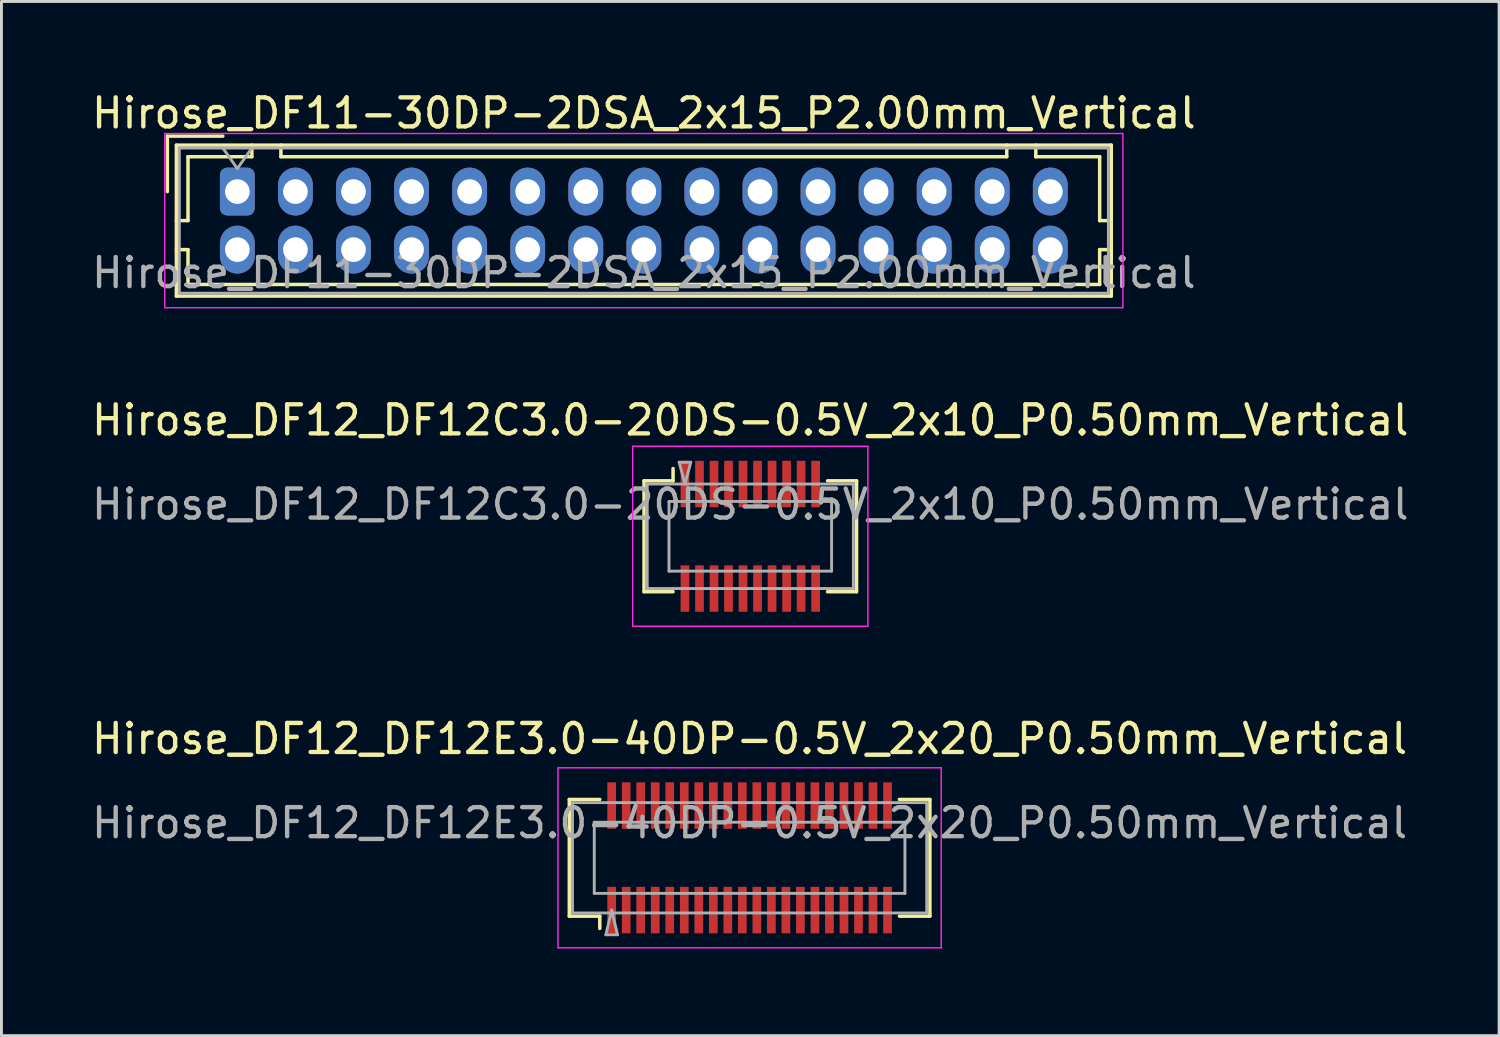
<source format=kicad_pcb>
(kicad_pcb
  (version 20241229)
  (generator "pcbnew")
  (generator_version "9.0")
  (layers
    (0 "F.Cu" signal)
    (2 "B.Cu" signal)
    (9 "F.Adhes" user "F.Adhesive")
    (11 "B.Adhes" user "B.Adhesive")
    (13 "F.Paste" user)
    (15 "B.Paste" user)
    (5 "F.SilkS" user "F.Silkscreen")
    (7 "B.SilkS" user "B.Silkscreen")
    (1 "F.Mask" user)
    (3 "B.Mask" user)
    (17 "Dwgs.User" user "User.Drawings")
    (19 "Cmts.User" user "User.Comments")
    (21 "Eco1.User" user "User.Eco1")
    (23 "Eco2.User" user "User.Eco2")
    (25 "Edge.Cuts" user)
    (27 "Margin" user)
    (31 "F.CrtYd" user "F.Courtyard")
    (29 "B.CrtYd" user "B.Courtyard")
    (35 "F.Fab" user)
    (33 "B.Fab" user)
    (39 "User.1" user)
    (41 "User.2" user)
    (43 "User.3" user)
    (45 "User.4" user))
  (footprint "Hirose_DF12_DF12E3.0-40DP-0.5V_2x20_P0.50mm_Vertical"
    (layer "F.Cu")
    (at 22.768 26.495)
    (property "Reference" "Hirose_DF12_DF12E3.0-40DP-0.5V_2x20_P0.50mm_Vertical" (at 0 -4.1 0) (layer "F.SilkS") (effects (font (size 1 1) (thickness 0.15))))
    (attr smd)
    (fp_line (start -6.21 -2.01) (end -5.16 -2.01) (stroke (width 0.12) (type solid)) (layer "F.SilkS"))
    (fp_line (start -6.21 2.01) (end -6.21 -2.01) (stroke (width 0.12) (type solid)) (layer "F.SilkS"))
    (fp_line (start -5.16 2.01) (end -6.21 2.01) (stroke (width 0.12) (type solid)) (layer "F.SilkS"))
    (fp_line (start -5.16 2.433) (end -5.16 2.01) (stroke (width 0.12) (type solid)) (layer "F.SilkS"))
    (fp_line (start 5.16 2.01) (end 6.21 2.01) (stroke (width 0.12) (type solid)) (layer "F.SilkS"))
    (fp_line (start 6.21 -2.01) (end 5.16 -2.01) (stroke (width 0.12) (type solid)) (layer "F.SilkS"))
    (fp_line (start 6.21 2.01) (end 6.21 -2.01) (stroke (width 0.12) (type solid)) (layer "F.SilkS"))
    (fp_line (start -6.6 -3.1) (end -6.6 3.1) (stroke (width 0.05) (type solid)) (layer "F.CrtYd"))
    (fp_line (start -6.6 3.1) (end 6.6 3.1) (stroke (width 0.05) (type solid)) (layer "F.CrtYd"))
    (fp_line (start 6.6 -3.1) (end -6.6 -3.1) (stroke (width 0.05) (type solid)) (layer "F.CrtYd"))
    (fp_line (start 6.6 3.1) (end 6.6 -3.1) (stroke (width 0.05) (type solid)) (layer "F.CrtYd"))
    (fp_line (start -6.1 -1.9) (end 6.1 -1.9) (stroke (width 0.1) (type solid)) (layer "F.Fab"))
    (fp_line (start -6.1 1.9) (end -6.1 -1.9) (stroke (width 0.1) (type solid)) (layer "F.Fab"))
    (fp_line (start -5.35 -1.225) (end 5.35 -1.225) (stroke (width 0.1) (type solid)) (layer "F.Fab"))
    (fp_line (start -5.35 1.225) (end -5.35 -1.225) (stroke (width 0.1) (type solid)) (layer "F.Fab"))
    (fp_line (start -4.95 2.65) (end -4.75 1.8) (stroke (width 0.1) (type solid)) (layer "F.Fab"))
    (fp_line (start -4.75 1.8) (end -4.55 2.65) (stroke (width 0.1) (type solid)) (layer "F.Fab"))
    (fp_line (start -4.55 2.65) (end -4.95 2.65) (stroke (width 0.1) (type solid)) (layer "F.Fab"))
    (fp_line (start 5.35 -1.225) (end 5.35 1.225) (stroke (width 0.1) (type solid)) (layer "F.Fab"))
    (fp_line (start 5.35 1.225) (end -5.35 1.225) (stroke (width 0.1) (type solid)) (layer "F.Fab"))
    (fp_line (start 6.1 -1.9) (end 6.1 1.9) (stroke (width 0.1) (type solid)) (layer "F.Fab"))
    (fp_line (start 6.1 1.9) (end -6.1 1.9) (stroke (width 0.1) (type solid)) (layer "F.Fab"))
    (fp_text user "${REFERENCE}" (at 0 -1.2 0) (layer "F.Fab") (effects (font (size 1 1) (thickness 0.15))))
    (pad "" smd rect (at -4.75 -2) (size 0.28 1.2) (layers "F.Paste"))
    (pad "" smd rect (at -4.75 2) (size 0.28 1.2) (layers "F.Paste"))
    (pad "" smd rect (at -4.25 -2) (size 0.28 1.2) (layers "F.Paste"))
    (pad "" smd rect (at -4.25 2) (size 0.28 1.2) (layers "F.Paste"))
    (pad "" smd rect (at -3.75 -2) (size 0.28 1.2) (layers "F.Paste"))
    (pad "" smd rect (at -3.75 2) (size 0.28 1.2) (layers "F.Paste"))
    (pad "" smd rect (at -3.25 -2) (size 0.28 1.2) (layers "F.Paste"))
    (pad "" smd rect (at -3.25 2) (size 0.28 1.2) (layers "F.Paste"))
    (pad "" smd rect (at -2.75 -2) (size 0.28 1.2) (layers "F.Paste"))
    (pad "" smd rect (at -2.75 2) (size 0.28 1.2) (layers "F.Paste"))
    (pad "" smd rect (at -2.25 -2) (size 0.28 1.2) (layers "F.Paste"))
    (pad "" smd rect (at -2.25 2) (size 0.28 1.2) (layers "F.Paste"))
    (pad "" smd rect (at -1.75 -2) (size 0.28 1.2) (layers "F.Paste"))
    (pad "" smd rect (at -1.75 2) (size 0.28 1.2) (layers "F.Paste"))
    (pad "" smd rect (at -1.25 -2) (size 0.28 1.2) (layers "F.Paste"))
    (pad "" smd rect (at -1.25 2) (size 0.28 1.2) (layers "F.Paste"))
    (pad "" smd rect (at -0.75 -2) (size 0.28 1.2) (layers "F.Paste"))
    (pad "" smd rect (at -0.75 2) (size 0.28 1.2) (layers "F.Paste"))
    (pad "" smd rect (at -0.25 -2) (size 0.28 1.2) (layers "F.Paste"))
    (pad "" smd rect (at -0.25 2) (size 0.28 1.2) (layers "F.Paste"))
    (pad "" smd rect (at 0.25 -2) (size 0.28 1.2) (layers "F.Paste"))
    (pad "" smd rect (at 0.25 2) (size 0.28 1.2) (layers "F.Paste"))
    (pad "" smd rect (at 0.75 -2) (size 0.28 1.2) (layers "F.Paste"))
    (pad "" smd rect (at 0.75 2) (size 0.28 1.2) (layers "F.Paste"))
    (pad "" smd rect (at 1.25 -2) (size 0.28 1.2) (layers "F.Paste"))
    (pad "" smd rect (at 1.25 2) (size 0.28 1.2) (layers "F.Paste"))
    (pad "" smd rect (at 1.75 -2) (size 0.28 1.2) (layers "F.Paste"))
    (pad "" smd rect (at 1.75 2) (size 0.28 1.2) (layers "F.Paste"))
    (pad "" smd rect (at 2.25 -2) (size 0.28 1.2) (layers "F.Paste"))
    (pad "" smd rect (at 2.25 2) (size 0.28 1.2) (layers "F.Paste"))
    (pad "" smd rect (at 2.75 -2) (size 0.28 1.2) (layers "F.Paste"))
    (pad "" smd rect (at 2.75 2) (size 0.28 1.2) (layers "F.Paste"))
    (pad "" smd rect (at 3.25 -2) (size 0.28 1.2) (layers "F.Paste"))
    (pad "" smd rect (at 3.25 2) (size 0.28 1.2) (layers "F.Paste"))
    (pad "" smd rect (at 3.75 -2) (size 0.28 1.2) (layers "F.Paste"))
    (pad "" smd rect (at 3.75 2) (size 0.28 1.2) (layers "F.Paste"))
    (pad "" smd rect (at 4.25 -2) (size 0.28 1.2) (layers "F.Paste"))
    (pad "" smd rect (at 4.25 2) (size 0.28 1.2) (layers "F.Paste"))
    (pad "" smd rect (at 4.75 -2) (size 0.28 1.2) (layers "F.Paste"))
    (pad "" smd rect (at 4.75 2) (size 0.28 1.2) (layers "F.Paste"))
    (pad "1" smd rect (at -4.75 1.8) (size 0.3 1.6) (layers "F.Cu" "F.Mask"))
    (pad "2" smd rect (at -4.25 1.8) (size 0.3 1.6) (layers "F.Cu" "F.Mask"))
    (pad "3" smd rect (at -3.75 1.8) (size 0.3 1.6) (layers "F.Cu" "F.Mask"))
    (pad "4" smd rect (at -3.25 1.8) (size 0.3 1.6) (layers "F.Cu" "F.Mask"))
    (pad "5" smd rect (at -2.75 1.8) (size 0.3 1.6) (layers "F.Cu" "F.Mask"))
    (pad "6" smd rect (at -2.25 1.8) (size 0.3 1.6) (layers "F.Cu" "F.Mask"))
    (pad "7" smd rect (at -1.75 1.8) (size 0.3 1.6) (layers "F.Cu" "F.Mask"))
    (pad "8" smd rect (at -1.25 1.8) (size 0.3 1.6) (layers "F.Cu" "F.Mask"))
    (pad "9" smd rect (at -0.75 1.8) (size 0.3 1.6) (layers "F.Cu" "F.Mask"))
    (pad "10" smd rect (at -0.25 1.8) (size 0.3 1.6) (layers "F.Cu" "F.Mask"))
    (pad "11" smd rect (at 0.25 1.8) (size 0.3 1.6) (layers "F.Cu" "F.Mask"))
    (pad "12" smd rect (at 0.75 1.8) (size 0.3 1.6) (layers "F.Cu" "F.Mask"))
    (pad "13" smd rect (at 1.25 1.8) (size 0.3 1.6) (layers "F.Cu" "F.Mask"))
    (pad "14" smd rect (at 1.75 1.8) (size 0.3 1.6) (layers "F.Cu" "F.Mask"))
    (pad "15" smd rect (at 2.25 1.8) (size 0.3 1.6) (layers "F.Cu" "F.Mask"))
    (pad "16" smd rect (at 2.75 1.8) (size 0.3 1.6) (layers "F.Cu" "F.Mask"))
    (pad "17" smd rect (at 3.25 1.8) (size 0.3 1.6) (layers "F.Cu" "F.Mask"))
    (pad "18" smd rect (at 3.75 1.8) (size 0.3 1.6) (layers "F.Cu" "F.Mask"))
    (pad "19" smd rect (at 4.25 1.8) (size 0.3 1.6) (layers "F.Cu" "F.Mask"))
    (pad "20" smd rect (at 4.75 1.8) (size 0.3 1.6) (layers "F.Cu" "F.Mask"))
    (pad "21" smd rect (at -4.75 -1.8) (size 0.3 1.6) (layers "F.Cu" "F.Mask"))
    (pad "22" smd rect (at -4.25 -1.8) (size 0.3 1.6) (layers "F.Cu" "F.Mask"))
    (pad "23" smd rect (at -3.75 -1.8) (size 0.3 1.6) (layers "F.Cu" "F.Mask"))
    (pad "24" smd rect (at -3.25 -1.8) (size 0.3 1.6) (layers "F.Cu" "F.Mask"))
    (pad "25" smd rect (at -2.75 -1.8) (size 0.3 1.6) (layers "F.Cu" "F.Mask"))
    (pad "26" smd rect (at -2.25 -1.8) (size 0.3 1.6) (layers "F.Cu" "F.Mask"))
    (pad "27" smd rect (at -1.75 -1.8) (size 0.3 1.6) (layers "F.Cu" "F.Mask"))
    (pad "28" smd rect (at -1.25 -1.8) (size 0.3 1.6) (layers "F.Cu" "F.Mask"))
    (pad "29" smd rect (at -0.75 -1.8) (size 0.3 1.6) (layers "F.Cu" "F.Mask"))
    (pad "30" smd rect (at -0.25 -1.8) (size 0.3 1.6) (layers "F.Cu" "F.Mask"))
    (pad "31" smd rect (at 0.25 -1.8) (size 0.3 1.6) (layers "F.Cu" "F.Mask"))
    (pad "32" smd rect (at 0.75 -1.8) (size 0.3 1.6) (layers "F.Cu" "F.Mask"))
    (pad "33" smd rect (at 1.25 -1.8) (size 0.3 1.6) (layers "F.Cu" "F.Mask"))
    (pad "34" smd rect (at 1.75 -1.8) (size 0.3 1.6) (layers "F.Cu" "F.Mask"))
    (pad "35" smd rect (at 2.25 -1.8) (size 0.3 1.6) (layers "F.Cu" "F.Mask"))
    (pad "36" smd rect (at 2.75 -1.8) (size 0.3 1.6) (layers "F.Cu" "F.Mask"))
    (pad "37" smd rect (at 3.25 -1.8) (size 0.3 1.6) (layers "F.Cu" "F.Mask"))
    (pad "38" smd rect (at 3.75 -1.8) (size 0.3 1.6) (layers "F.Cu" "F.Mask"))
    (pad "39" smd rect (at 4.25 -1.8) (size 0.3 1.6) (layers "F.Cu" "F.Mask"))
    (pad "40" smd rect (at 4.75 -1.8) (size 0.3 1.6) (layers "F.Cu" "F.Mask")))
  (footprint "Hirose_DF11-30DP-2DSA_2x15_P2.00mm_Vertical"
    (layer "F.Cu")
    (at 5.125 3.548)
    (property "Reference" "Hirose_DF11-30DP-2DSA_2x15_P2.00mm_Vertical" (at 14 -2.7 0) (layer "F.SilkS") (effects (font (size 1 1) (thickness 0.15))))
    (attr through_hole)
    (fp_line (start -2.41 -1.91) (end -0.5 -1.91) (stroke (width 0.12) (type solid)) (layer "F.SilkS"))
    (fp_line (start -2.41 0) (end -2.41 -1.91) (stroke (width 0.12) (type solid)) (layer "F.SilkS"))
    (fp_line (start -2.1 -1.6) (end -2.1 3.6) (stroke (width 0.12) (type solid)) (layer "F.SilkS"))
    (fp_line (start -2.1 1) (end -1.7 1) (stroke (width 0.12) (type solid)) (layer "F.SilkS"))
    (fp_line (start -2.1 2) (end -1.7 2) (stroke (width 0.12) (type solid)) (layer "F.SilkS"))
    (fp_line (start -2.1 3.6) (end 30.1 3.6) (stroke (width 0.12) (type solid)) (layer "F.SilkS"))
    (fp_line (start -1.7 -1.2) (end 0.5 -1.2) (stroke (width 0.12) (type solid)) (layer "F.SilkS"))
    (fp_line (start -1.7 1) (end -1.7 -1.2) (stroke (width 0.12) (type solid)) (layer "F.SilkS"))
    (fp_line (start -1.7 2) (end -1.7 3.2) (stroke (width 0.12) (type solid)) (layer "F.SilkS"))
    (fp_line (start -1.7 3.2) (end 29.7 3.2) (stroke (width 0.12) (type solid)) (layer "F.SilkS"))
    (fp_line (start 0.5 -1.2) (end 0.5 -1.6) (stroke (width 0.12) (type solid)) (layer "F.SilkS"))
    (fp_line (start 1.5 -1.6) (end 1.5 -1.2) (stroke (width 0.12) (type solid)) (layer "F.SilkS"))
    (fp_line (start 1.5 -1.2) (end 26.5 -1.2) (stroke (width 0.12) (type solid)) (layer "F.SilkS"))
    (fp_line (start 26.5 -1.2) (end 26.5 -1.6) (stroke (width 0.12) (type solid)) (layer "F.SilkS"))
    (fp_line (start 27.5 -1.2) (end 27.5 -1.6) (stroke (width 0.12) (type solid)) (layer "F.SilkS"))
    (fp_line (start 29.7 -1.2) (end 27.5 -1.2) (stroke (width 0.12) (type solid)) (layer "F.SilkS"))
    (fp_line (start 29.7 1) (end 29.7 -1.2) (stroke (width 0.12) (type solid)) (layer "F.SilkS"))
    (fp_line (start 29.7 2) (end 30.1 2) (stroke (width 0.12) (type solid)) (layer "F.SilkS"))
    (fp_line (start 29.7 3.2) (end 29.7 2) (stroke (width 0.12) (type solid)) (layer "F.SilkS"))
    (fp_line (start 30.1 -1.6) (end -2.1 -1.6) (stroke (width 0.12) (type solid)) (layer "F.SilkS"))
    (fp_line (start 30.1 1) (end 29.7 1) (stroke (width 0.12) (type solid)) (layer "F.SilkS"))
    (fp_line (start 30.1 3.6) (end 30.1 -1.6) (stroke (width 0.12) (type solid)) (layer "F.SilkS"))
    (fp_line (start -2.5 -2) (end -2.5 4) (stroke (width 0.05) (type solid)) (layer "F.CrtYd"))
    (fp_line (start -2.5 4) (end 30.5 4) (stroke (width 0.05) (type solid)) (layer "F.CrtYd"))
    (fp_line (start 30.5 -2) (end -2.5 -2) (stroke (width 0.05) (type solid)) (layer "F.CrtYd"))
    (fp_line (start 30.5 4) (end 30.5 -2) (stroke (width 0.05) (type solid)) (layer "F.CrtYd"))
    (fp_line (start -2 -1.5) (end -2 3.5) (stroke (width 0.1) (type solid)) (layer "F.Fab"))
    (fp_line (start -2 3.5) (end 30 3.5) (stroke (width 0.1) (type solid)) (layer "F.Fab"))
    (fp_line (start -0.5 -1.5) (end 0 -0.793) (stroke (width 0.1) (type solid)) (layer "F.Fab"))
    (fp_line (start 0 -0.793) (end 0.5 -1.5) (stroke (width 0.1) (type solid)) (layer "F.Fab"))
    (fp_line (start 30 -1.5) (end -2 -1.5) (stroke (width 0.1) (type solid)) (layer "F.Fab"))
    (fp_line (start 30 3.5) (end 30 -1.5) (stroke (width 0.1) (type solid)) (layer "F.Fab"))
    (fp_text user "${REFERENCE}" (at 14 2.8 0) (layer "F.Fab") (effects (font (size 1 1) (thickness 0.15))))
    (pad "1" thru_hole roundrect (at 0 0) (size 1.2 1.65) (drill 0.85) (layers "*.Cu" "*.Mask") (roundrect_rratio 0.208))
    (pad "2" thru_hole oval (at 0 2) (size 1.2 1.65) (drill 0.85) (layers "*.Cu" "*.Mask"))
    (pad "3" thru_hole oval (at 2 0) (size 1.2 1.65) (drill 0.85) (layers "*.Cu" "*.Mask"))
    (pad "4" thru_hole oval (at 2 2) (size 1.2 1.65) (drill 0.85) (layers "*.Cu" "*.Mask"))
    (pad "5" thru_hole oval (at 4 0) (size 1.2 1.65) (drill 0.85) (layers "*.Cu" "*.Mask"))
    (pad "6" thru_hole oval (at 4 2) (size 1.2 1.65) (drill 0.85) (layers "*.Cu" "*.Mask"))
    (pad "7" thru_hole oval (at 6 0) (size 1.2 1.65) (drill 0.85) (layers "*.Cu" "*.Mask"))
    (pad "8" thru_hole oval (at 6 2) (size 1.2 1.65) (drill 0.85) (layers "*.Cu" "*.Mask"))
    (pad "9" thru_hole oval (at 8 0) (size 1.2 1.65) (drill 0.85) (layers "*.Cu" "*.Mask"))
    (pad "10" thru_hole oval (at 8 2) (size 1.2 1.65) (drill 0.85) (layers "*.Cu" "*.Mask"))
    (pad "11" thru_hole oval (at 10 0) (size 1.2 1.65) (drill 0.85) (layers "*.Cu" "*.Mask"))
    (pad "12" thru_hole oval (at 10 2) (size 1.2 1.65) (drill 0.85) (layers "*.Cu" "*.Mask"))
    (pad "13" thru_hole oval (at 12 0) (size 1.2 1.65) (drill 0.85) (layers "*.Cu" "*.Mask"))
    (pad "14" thru_hole oval (at 12 2) (size 1.2 1.65) (drill 0.85) (layers "*.Cu" "*.Mask"))
    (pad "15" thru_hole oval (at 14 0) (size 1.2 1.65) (drill 0.85) (layers "*.Cu" "*.Mask"))
    (pad "16" thru_hole oval (at 14 2) (size 1.2 1.65) (drill 0.85) (layers "*.Cu" "*.Mask"))
    (pad "17" thru_hole oval (at 16 0) (size 1.2 1.65) (drill 0.85) (layers "*.Cu" "*.Mask"))
    (pad "18" thru_hole oval (at 16 2) (size 1.2 1.65) (drill 0.85) (layers "*.Cu" "*.Mask"))
    (pad "19" thru_hole oval (at 18 0) (size 1.2 1.65) (drill 0.85) (layers "*.Cu" "*.Mask"))
    (pad "20" thru_hole oval (at 18 2) (size 1.2 1.65) (drill 0.85) (layers "*.Cu" "*.Mask"))
    (pad "21" thru_hole oval (at 20 0) (size 1.2 1.65) (drill 0.85) (layers "*.Cu" "*.Mask"))
    (pad "22" thru_hole oval (at 20 2) (size 1.2 1.65) (drill 0.85) (layers "*.Cu" "*.Mask"))
    (pad "23" thru_hole oval (at 22 0) (size 1.2 1.65) (drill 0.85) (layers "*.Cu" "*.Mask"))
    (pad "24" thru_hole oval (at 22 2) (size 1.2 1.65) (drill 0.85) (layers "*.Cu" "*.Mask"))
    (pad "25" thru_hole oval (at 24 0) (size 1.2 1.65) (drill 0.85) (layers "*.Cu" "*.Mask"))
    (pad "26" thru_hole oval (at 24 2) (size 1.2 1.65) (drill 0.85) (layers "*.Cu" "*.Mask"))
    (pad "27" thru_hole oval (at 26 0) (size 1.2 1.65) (drill 0.85) (layers "*.Cu" "*.Mask"))
    (pad "28" thru_hole oval (at 26 2) (size 1.2 1.65) (drill 0.85) (layers "*.Cu" "*.Mask"))
    (pad "29" thru_hole oval (at 28 0) (size 1.2 1.65) (drill 0.85) (layers "*.Cu" "*.Mask"))
    (pad "30" thru_hole oval (at 28 2) (size 1.2 1.65) (drill 0.85) (layers "*.Cu" "*.Mask")))
  (footprint "Hirose_DF12_DF12C3.0-20DS-0.5V_2x10_P0.50mm_Vertical"
    (layer "F.Cu")
    (at 22.792 15.421)
    (property "Reference" "Hirose_DF12_DF12C3.0-20DS-0.5V_2x10_P0.50mm_Vertical" (at 0 -4 0) (layer "F.SilkS") (effects (font (size 1 1) (thickness 0.15))))
    (attr smd)
    (fp_line (start -3.66 -1.91) (end -2.66 -1.91) (stroke (width 0.12) (type solid)) (layer "F.SilkS"))
    (fp_line (start -3.66 1.91) (end -3.66 -1.91) (stroke (width 0.12) (type solid)) (layer "F.SilkS"))
    (fp_line (start -2.66 -1.91) (end -2.66 -2.333) (stroke (width 0.12) (type solid)) (layer "F.SilkS"))
    (fp_line (start -2.66 1.91) (end -3.66 1.91) (stroke (width 0.12) (type solid)) (layer "F.SilkS"))
    (fp_line (start 2.66 1.91) (end 3.66 1.91) (stroke (width 0.12) (type solid)) (layer "F.SilkS"))
    (fp_line (start 3.66 -1.91) (end 2.66 -1.91) (stroke (width 0.12) (type solid)) (layer "F.SilkS"))
    (fp_line (start 3.66 1.91) (end 3.66 -1.91) (stroke (width 0.12) (type solid)) (layer "F.SilkS"))
    (fp_line (start -4.05 -3.1) (end -4.05 3.1) (stroke (width 0.05) (type solid)) (layer "F.CrtYd"))
    (fp_line (start -4.05 3.1) (end 4.05 3.1) (stroke (width 0.05) (type solid)) (layer "F.CrtYd"))
    (fp_line (start 4.05 -3.1) (end -4.05 -3.1) (stroke (width 0.05) (type solid)) (layer "F.CrtYd"))
    (fp_line (start 4.05 3.1) (end 4.05 -3.1) (stroke (width 0.05) (type solid)) (layer "F.CrtYd"))
    (fp_line (start -3.55 -1.8) (end 3.55 -1.8) (stroke (width 0.1) (type solid)) (layer "F.Fab"))
    (fp_line (start -3.55 1.8) (end -3.55 -1.8) (stroke (width 0.1) (type solid)) (layer "F.Fab"))
    (fp_line (start -2.8 -1.2) (end 2.8 -1.2) (stroke (width 0.1) (type solid)) (layer "F.Fab"))
    (fp_line (start -2.8 1.2) (end -2.8 -1.2) (stroke (width 0.1) (type solid)) (layer "F.Fab"))
    (fp_line (start -2.45 -2.55) (end -2.25 -1.8) (stroke (width 0.1) (type solid)) (layer "F.Fab"))
    (fp_line (start -2.25 -1.8) (end -2.05 -2.55) (stroke (width 0.1) (type solid)) (layer "F.Fab"))
    (fp_line (start -2.05 -2.55) (end -2.45 -2.55) (stroke (width 0.1) (type solid)) (layer "F.Fab"))
    (fp_line (start 2.8 -1.2) (end 2.8 1.2) (stroke (width 0.1) (type solid)) (layer "F.Fab"))
    (fp_line (start 2.8 1.2) (end -2.8 1.2) (stroke (width 0.1) (type solid)) (layer "F.Fab"))
    (fp_line (start 3.55 -1.8) (end 3.55 1.8) (stroke (width 0.1) (type solid)) (layer "F.Fab"))
    (fp_line (start 3.55 1.8) (end -3.55 1.8) (stroke (width 0.1) (type solid)) (layer "F.Fab"))
    (fp_text user "${REFERENCE}" (at 0 -1.1 0) (layer "F.Fab") (effects (font (size 1 1) (thickness 0.15))))
    (pad "" smd rect (at -2.25 -2) (size 0.28 1.2) (layers "F.Paste"))
    (pad "" smd rect (at -2.25 2) (size 0.28 1.2) (layers "F.Paste"))
    (pad "" smd rect (at -1.75 -2) (size 0.28 1.2) (layers "F.Paste"))
    (pad "" smd rect (at -1.75 2) (size 0.28 1.2) (layers "F.Paste"))
    (pad "" smd rect (at -1.25 -2) (size 0.28 1.2) (layers "F.Paste"))
    (pad "" smd rect (at -1.25 2) (size 0.28 1.2) (layers "F.Paste"))
    (pad "" smd rect (at -0.75 -2) (size 0.28 1.2) (layers "F.Paste"))
    (pad "" smd rect (at -0.75 2) (size 0.28 1.2) (layers "F.Paste"))
    (pad "" smd rect (at -0.25 -2) (size 0.28 1.2) (layers "F.Paste"))
    (pad "" smd rect (at -0.25 2) (size 0.28 1.2) (layers "F.Paste"))
    (pad "" smd rect (at 0.25 -2) (size 0.28 1.2) (layers "F.Paste"))
    (pad "" smd rect (at 0.25 2) (size 0.28 1.2) (layers "F.Paste"))
    (pad "" smd rect (at 0.75 -2) (size 0.28 1.2) (layers "F.Paste"))
    (pad "" smd rect (at 0.75 2) (size 0.28 1.2) (layers "F.Paste"))
    (pad "" smd rect (at 1.25 -2) (size 0.28 1.2) (layers "F.Paste"))
    (pad "" smd rect (at 1.25 2) (size 0.28 1.2) (layers "F.Paste"))
    (pad "" smd rect (at 1.75 -2) (size 0.28 1.2) (layers "F.Paste"))
    (pad "" smd rect (at 1.75 2) (size 0.28 1.2) (layers "F.Paste"))
    (pad "" smd rect (at 2.25 -2) (size 0.28 1.2) (layers "F.Paste"))
    (pad "" smd rect (at 2.25 2) (size 0.28 1.2) (layers "F.Paste"))
    (pad "1" smd rect (at -2.25 -1.8) (size 0.3 1.6) (layers "F.Cu" "F.Mask"))
    (pad "2" smd rect (at -1.75 -1.8) (size 0.3 1.6) (layers "F.Cu" "F.Mask"))
    (pad "3" smd rect (at -1.25 -1.8) (size 0.3 1.6) (layers "F.Cu" "F.Mask"))
    (pad "4" smd rect (at -0.75 -1.8) (size 0.3 1.6) (layers "F.Cu" "F.Mask"))
    (pad "5" smd rect (at -0.25 -1.8) (size 0.3 1.6) (layers "F.Cu" "F.Mask"))
    (pad "6" smd rect (at 0.25 -1.8) (size 0.3 1.6) (layers "F.Cu" "F.Mask"))
    (pad "7" smd rect (at 0.75 -1.8) (size 0.3 1.6) (layers "F.Cu" "F.Mask"))
    (pad "8" smd rect (at 1.25 -1.8) (size 0.3 1.6) (layers "F.Cu" "F.Mask"))
    (pad "9" smd rect (at 1.75 -1.8) (size 0.3 1.6) (layers "F.Cu" "F.Mask"))
    (pad "10" smd rect (at 2.25 -1.8) (size 0.3 1.6) (layers "F.Cu" "F.Mask"))
    (pad "11" smd rect (at -2.25 1.8) (size 0.3 1.6) (layers "F.Cu" "F.Mask"))
    (pad "12" smd rect (at -1.75 1.8) (size 0.3 1.6) (layers "F.Cu" "F.Mask"))
    (pad "13" smd rect (at -1.25 1.8) (size 0.3 1.6) (layers "F.Cu" "F.Mask"))
    (pad "14" smd rect (at -0.75 1.8) (size 0.3 1.6) (layers "F.Cu" "F.Mask"))
    (pad "15" smd rect (at -0.25 1.8) (size 0.3 1.6) (layers "F.Cu" "F.Mask"))
    (pad "16" smd rect (at 0.25 1.8) (size 0.3 1.6) (layers "F.Cu" "F.Mask"))
    (pad "17" smd rect (at 0.75 1.8) (size 0.3 1.6) (layers "F.Cu" "F.Mask"))
    (pad "18" smd rect (at 1.25 1.8) (size 0.3 1.6) (layers "F.Cu" "F.Mask"))
    (pad "19" smd rect (at 1.75 1.8) (size 0.3 1.6) (layers "F.Cu" "F.Mask"))
    (pad "20" smd rect (at 2.25 1.8) (size 0.3 1.6) (layers "F.Cu" "F.Mask")))
  (gr_rect
    (start -3 -3)
    (end 48.583 32.62)
    (stroke (width 0.1) (type default))
    (fill no)
    (layer "Edge.Cuts")))
</source>
